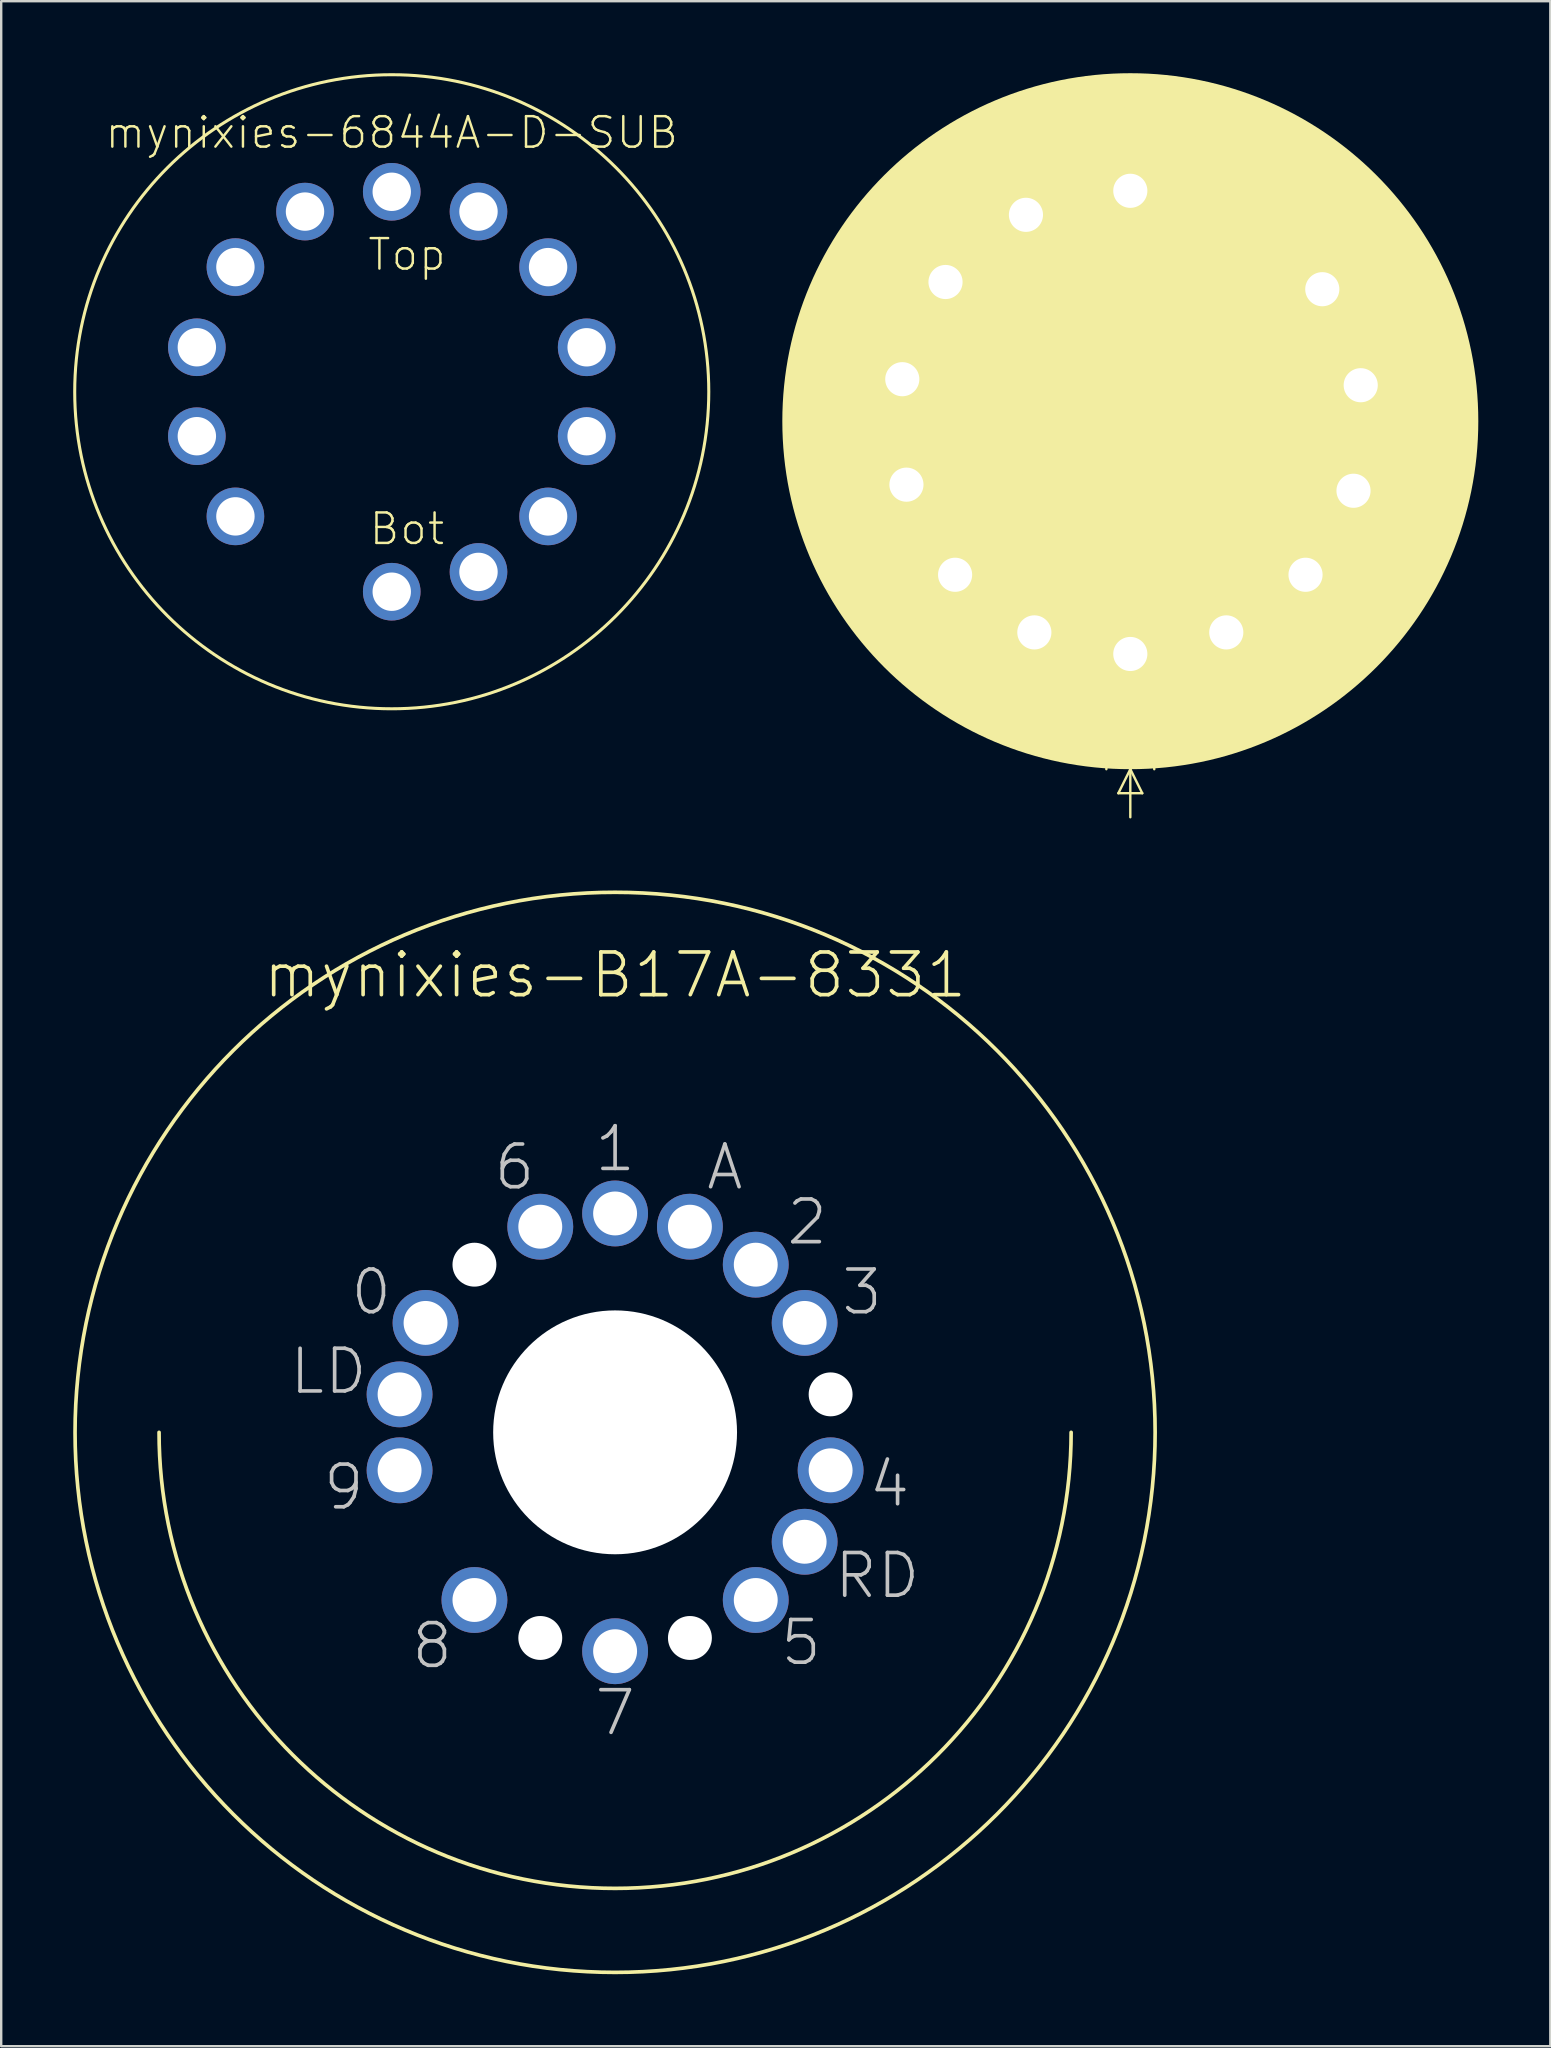
<source format=kicad_pcb>
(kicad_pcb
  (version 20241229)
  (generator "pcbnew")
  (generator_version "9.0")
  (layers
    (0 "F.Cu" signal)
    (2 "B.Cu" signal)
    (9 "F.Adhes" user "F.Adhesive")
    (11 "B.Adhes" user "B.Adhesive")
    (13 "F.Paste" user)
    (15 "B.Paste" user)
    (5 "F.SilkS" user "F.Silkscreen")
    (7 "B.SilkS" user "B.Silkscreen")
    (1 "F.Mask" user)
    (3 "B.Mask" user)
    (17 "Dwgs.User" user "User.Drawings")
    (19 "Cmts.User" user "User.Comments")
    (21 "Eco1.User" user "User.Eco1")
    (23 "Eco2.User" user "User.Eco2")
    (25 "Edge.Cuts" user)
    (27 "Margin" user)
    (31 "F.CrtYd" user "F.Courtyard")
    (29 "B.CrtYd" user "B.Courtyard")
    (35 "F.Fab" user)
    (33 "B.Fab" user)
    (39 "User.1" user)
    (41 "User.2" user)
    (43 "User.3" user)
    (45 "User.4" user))
  (footprint "mynixies-B17A-8331"
    (layer "F.Cu")
    (at 22.576 56.624)
    (property "Reference" "mynixies-B17A-8331" (at 0 -19.05 0) (layer "F.SilkS") (effects (font (size 1.778 1.778) (thickness 0.152))))
    (attr exclude_from_pos_files exclude_from_bom)
    (fp_arc (start 18.9992 0) (mid 0 18.9992) (end -18.9992 0) (stroke (width 0.1524) (type solid)) (layer "F.SilkS"))
    (fp_circle (center 0 0) (end 0 -22.499) (stroke (width 0.152) (type solid)) (fill no) (layer "F.SilkS"))
    (fp_text user "4" (at 11.43 2.159 0) (layer "Dwgs.User") (effects (font (size 1.778 1.778) (thickness 0.152))))
    (fp_text user "3" (at 10.287 -5.842 0) (layer "Dwgs.User") (effects (font (size 1.778 1.778) (thickness 0.152))))
    (fp_text user "0" (at -10.16 -5.842 0) (layer "Dwgs.User") (effects (font (size 1.778 1.778) (thickness 0.152))))
    (fp_text user "LD" (at -11.938 -2.54 0) (layer "Dwgs.User") (effects (font (size 1.778 1.778) (thickness 0.152))))
    (fp_text user "7" (at 0 11.684 0) (layer "Dwgs.User") (effects (font (size 1.778 1.778) (thickness 0.152))))
    (fp_text user "A" (at 4.572 -11.049 0) (layer "Dwgs.User") (effects (font (size 1.778 1.778) (thickness 0.152))))
    (fp_text user "2" (at 8.001 -8.76 0) (layer "Dwgs.User") (effects (font (size 1.778 1.778) (thickness 0.152))))
    (fp_text user "RD" (at 10.922 5.969 0) (layer "Dwgs.User") (effects (font (size 1.778 1.778) (thickness 0.152))))
    (fp_text user "9" (at -11.303 2.286 0) (layer "Dwgs.User") (effects (font (size 1.778 1.778) (thickness 0.152))))
    (fp_text user "5" (at 7.747 8.76 0) (layer "Dwgs.User") (effects (font (size 1.778 1.778) (thickness 0.152))))
    (fp_text user "8" (at -7.62 8.89 0) (layer "Dwgs.User") (effects (font (size 1.778 1.778) (thickness 0.152))))
    (fp_text user "1" (at 0 -11.811 0) (layer "Dwgs.User") (effects (font (size 1.778 1.778) (thickness 0.152))))
    (fp_text user "6" (at -4.191 -11.049 0) (layer "Dwgs.User") (effects (font (size 1.778 1.778) (thickness 0.152))))
    (pad "" np_thru_hole circle (at -5.86 -6.985) (size 1.829 1.829) (drill 1.829) (layers "*.Cu" "*.Mask"))
    (pad "" np_thru_hole circle (at -3.117 8.567) (size 1.829 1.829) (drill 1.829) (layers "*.Cu" "*.Mask"))
    (pad "" np_thru_hole circle (at 0 0) (size 10.16 10.16) (drill 10.16) (layers "*.Cu" "*.Mask"))
    (pad "" np_thru_hole circle (at 3.117 8.567) (size 1.829 1.829) (drill 1.829) (layers "*.Cu" "*.Mask"))
    (pad "" np_thru_hole circle (at 8.979 -1.582) (size 1.829 1.829) (drill 1.829) (layers "*.Cu" "*.Mask"))
    (pad "1" thru_hole circle (at -5.86 6.985) (size 2.743 2.743) (drill 1.829) (layers "*.Cu" "*.Mask"))
    (pad "3" thru_hole circle (at 0 9.119) (size 2.743 2.743) (drill 1.829) (layers "*.Cu" "*.Mask"))
    (pad "5" thru_hole circle (at 5.86 6.985) (size 2.743 2.743) (drill 1.829) (layers "*.Cu" "*.Mask"))
    (pad "6" thru_hole circle (at 7.897 4.559) (size 2.743 2.743) (drill 1.829) (layers "*.Cu" "*.Mask"))
    (pad "7" thru_hole circle (at 8.979 1.582) (size 2.743 2.743) (drill 1.829) (layers "*.Cu" "*.Mask"))
    (pad "9" thru_hole circle (at 7.897 -4.559) (size 2.743 2.743) (drill 1.829) (layers "*.Cu" "*.Mask"))
    (pad "10" thru_hole circle (at 5.86 -6.985) (size 2.743 2.743) (drill 1.829) (layers "*.Cu" "*.Mask"))
    (pad "11" thru_hole circle (at 3.117 -8.567) (size 2.743 2.743) (drill 1.829) (layers "*.Cu" "*.Mask"))
    (pad "12" thru_hole circle (at 0 -9.119) (size 2.743 2.743) (drill 1.829) (layers "*.Cu" "*.Mask"))
    (pad "13" thru_hole circle (at -3.117 -8.567) (size 2.743 2.743) (drill 1.829) (layers "*.Cu" "*.Mask"))
    (pad "15" thru_hole circle (at -7.897 -4.559) (size 2.743 2.743) (drill 1.829) (layers "*.Cu" "*.Mask"))
    (pad "16" thru_hole circle (at -8.979 -1.582) (size 2.743 2.743) (drill 1.829) (layers "*.Cu" "*.Mask"))
    (pad "17" thru_hole circle (at -8.979 1.582) (size 2.743 2.743) (drill 1.829) (layers "*.Cu" "*.Mask")))
  (footprint "mynixies-B13B"
    (layer "F.Cu")
    (at 44.041 14.498)
    (property "Reference" "mynixies-B13B" (at 0 -0.889 0) (layer "F.SilkS") (effects (font (size 1.27 1.27) (thickness 0.102))))
    (attr exclude_from_pos_files exclude_from_bom)
    (fp_line (start -0.498 15.499) (end 0.498 15.499) (stroke (width 0.1) (type solid)) (layer "F.SilkS"))
    (fp_line (start 0 14.498) (end -0.498 15.499) (stroke (width 0.1) (type solid)) (layer "F.SilkS"))
    (fp_line (start 0 14.498) (end 0 16.5) (stroke (width 0.1) (type solid)) (layer "F.SilkS"))
    (fp_line (start 0.498 15.499) (end 0 14.498) (stroke (width 0.1) (type solid)) (layer "F.SilkS"))
    (fp_arc (start -0.99822 14.49832) (mid 0 13.5001) (end 0.99822 14.49832) (stroke (width 0.1) (type solid)) (layer "F.SilkS"))
    (fp_circle (center -9.5 -1.699) (end -9.5 -3.261) (stroke (width 0) (type solid)) (fill yes) (layer "F.SilkS"))
    (fp_circle (center -9.327 2.644) (end -9.327 1.085) (stroke (width 0) (type solid)) (fill yes) (layer "F.SilkS"))
    (fp_circle (center -7.699 -5.799) (end -7.699 -7.361) (stroke (width 0) (type solid)) (fill yes) (layer "F.SilkS"))
    (fp_circle (center -7.3 6.398) (end -7.3 4.839) (stroke (width 0) (type solid)) (fill yes) (layer "F.SilkS"))
    (fp_circle (center -4.399 -8.598) (end -4.399 -10.16) (stroke (width 0) (type solid)) (fill yes) (layer "F.SilkS"))
    (fp_circle (center -3.998 8.799) (end -3.998 7.236) (stroke (width 0) (type solid)) (fill yes) (layer "F.SilkS"))
    (fp_circle (center 0 -9.599) (end 0 -11.161) (stroke (width 0) (type solid)) (fill yes) (layer "F.SilkS"))
    (fp_circle (center 0 0) (end 0 -14.498) (stroke (width 0) (type solid)) (fill yes) (layer "F.SilkS"))
    (fp_circle (center 0 0) (end 0 -13.086) (stroke (width 0) (type solid)) (fill yes) (layer "F.SilkS"))
    (fp_circle (center 0 0) (end 0 -12.164) (stroke (width 0) (type solid)) (fill yes) (layer "F.SilkS"))
    (fp_circle (center 0 0) (end 0 -4.999) (stroke (width 0) (type solid)) (fill yes) (layer "F.SilkS"))
    (fp_circle (center 0 9.698) (end 0 8.136) (stroke (width 0) (type solid)) (fill yes) (layer "F.SilkS"))
    (fp_circle (center 3.998 8.799) (end 3.998 7.236) (stroke (width 0) (type solid)) (fill yes) (layer "F.SilkS"))
    (fp_circle (center 7.3 6.398) (end 7.3 4.836) (stroke (width 0) (type solid)) (fill yes) (layer "F.SilkS"))
    (fp_circle (center 7.998 -5.499) (end 7.998 -7.061) (stroke (width 0) (type solid)) (fill yes) (layer "F.SilkS"))
    (fp_circle (center 9.299 2.898) (end 9.299 1.336) (stroke (width 0) (type solid)) (fill yes) (layer "F.SilkS"))
    (fp_circle (center 9.599 -1.499) (end 9.599 -3.061) (stroke (width 0) (type solid)) (fill yes) (layer "F.SilkS"))
    (fp_text user "5" (at 5.634 4.613 0) (layer "F.SilkS") (effects (font (size 1.27 1.27) (thickness 0.102))))
    (fp_text user "3" (at 7.384 -1.133 0) (layer "F.SilkS") (effects (font (size 1.27 1.27) (thickness 0.102))))
    (fp_text user "6" (at 3.134 6.363 0) (layer "F.SilkS") (effects (font (size 1.27 1.27) (thickness 0.102))))
    (fp_text user "8" (at -5.364 4.364 0) (layer "F.SilkS") (effects (font (size 1.27 1.27) (thickness 0.102))))
    (fp_text user "A" (at 0.135 -7.135 0) (layer "F.SilkS") (effects (font (size 1.27 1.27) (thickness 0.102))))
    (fp_text user "0" (at -6.863 -1.384 0) (layer "F.SilkS") (effects (font (size 1.27 1.27) (thickness 0.102))))
    (fp_text user "1" (at -5.364 -4.384 0) (layer "F.SilkS") (effects (font (size 1.27 1.27) (thickness 0.102))))
    (fp_text user "7" (at -2.863 6.363 0) (layer "F.SilkS") (effects (font (size 1.27 1.27) (thickness 0.102))))
    (fp_text user "A" (at -3.114 -6.383 0) (layer "F.SilkS") (effects (font (size 1.27 1.27) (thickness 0.102))))
    (fp_text user "4" (at 7.135 1.864 0) (layer "F.SilkS") (effects (font (size 1.27 1.27) (thickness 0.102))))
    (fp_text user "IV" (at 0.518 7.115 0) (layer "F.SilkS") (effects (font (size 1.27 1.27) (thickness 0.102))))
    (fp_text user "9" (at -6.863 1.864 0) (layer "F.SilkS") (effects (font (size 1.27 1.27) (thickness 0.102))))
    (fp_text user "2" (at 6.134 -4.133 0) (layer "F.SilkS") (effects (font (size 1.27 1.27) (thickness 0.102))))
    (pad "0" thru_hole circle (at -9.5 -1.75) (size 2.54 2.54) (drill 1.422) (layers "*.Cu" "*.Mask"))
    (pad "1" thru_hole circle (at -7.699 -5.799) (size 2.54 2.54) (drill 1.422) (layers "*.Cu" "*.Mask"))
    (pad "2" thru_hole circle (at 7.998 -5.499) (size 2.54 2.54) (drill 1.422) (layers "*.Cu" "*.Mask"))
    (pad "3" thru_hole circle (at 9.599 -1.499) (size 2.54 2.54) (drill 1.422) (layers "*.Cu" "*.Mask"))
    (pad "4" thru_hole circle (at 9.299 2.898) (size 2.54 2.54) (drill 1.422) (layers "*.Cu" "*.Mask"))
    (pad "5" thru_hole circle (at 7.3 6.398) (size 2.54 2.54) (drill 1.422) (layers "*.Cu" "*.Mask"))
    (pad "6" thru_hole circle (at 3.998 8.799) (size 2.54 2.54) (drill 1.422) (layers "*.Cu" "*.Mask"))
    (pad "7" thru_hole circle (at -3.998 8.799) (size 2.54 2.54) (drill 1.422) (layers "*.Cu" "*.Mask"))
    (pad "8" thru_hole circle (at -7.3 6.398) (size 2.54 2.54) (drill 1.422) (layers "*.Cu" "*.Mask"))
    (pad "9" thru_hole circle (at -9.327 2.644) (size 2.54 2.54) (drill 1.422) (layers "*.Cu" "*.Mask"))
    (pad "A" thru_hole circle (at 0 -9.599) (size 2.54 2.54) (drill 1.422) (layers "*.Cu" "*.Mask"))
    (pad "A1" thru_hole circle (at -4.348 -8.598) (size 2.54 2.54) (drill 1.422) (layers "*.Cu" "*.Mask"))
    (pad "IV" thru_hole circle (at 0 9.698) (size 2.54 2.54) (drill 1.422) (layers "*.Cu" "*.Mask")))
  (footprint "mynixies-6844A-D-SUB"
    (layer "F.Cu")
    (at 13.271 13.271)
    (property "Reference" "mynixies-6844A-D-SUB" (at 0 -10.795 0) (layer "F.SilkS") (effects (font (size 1.27 1.27) (thickness 0.102))))
    (attr exclude_from_pos_files exclude_from_bom)
    (fp_circle (center 0 0) (end 0 -13.208) (stroke (width 0.127) (type solid)) (fill no) (layer "F.SilkS"))
    (fp_text user "Top" (at 0.635 -5.715 0) (layer "F.SilkS") (effects (font (size 1.27 1.27) (thickness 0.102))))
    (fp_text user "Bot" (at 0.635 5.715 0) (layer "F.SilkS") (effects (font (size 1.27 1.27) (thickness 0.102))))
    (pad "0" thru_hole circle (at 6.513 5.194) (size 2.4 2.4) (drill 1.6) (layers "*.Cu" "*.Mask"))
    (pad "1" thru_hole circle (at -6.513 5.192) (size 2.4 2.4) (drill 1.6) (layers "*.Cu" "*.Mask"))
    (pad "2" thru_hole circle (at -8.12 1.852) (size 2.4 2.4) (drill 1.6) (layers "*.Cu" "*.Mask"))
    (pad "3" thru_hole circle (at -8.12 -1.854) (size 2.4 2.4) (drill 1.6) (layers "*.Cu" "*.Mask"))
    (pad "4" thru_hole circle (at -6.513 -5.194) (size 2.4 2.4) (drill 1.6) (layers "*.Cu" "*.Mask"))
    (pad "5" thru_hole circle (at -3.614 -7.506) (size 2.4 2.4) (drill 1.6) (layers "*.Cu" "*.Mask"))
    (pad "6" thru_hole circle (at 3.614 -7.506) (size 2.4 2.4) (drill 1.6) (layers "*.Cu" "*.Mask"))
    (pad "7" thru_hole circle (at 6.513 -5.192) (size 2.4 2.4) (drill 1.6) (layers "*.Cu" "*.Mask"))
    (pad "8" thru_hole circle (at 8.12 -1.852) (size 2.4 2.4) (drill 1.6) (layers "*.Cu" "*.Mask"))
    (pad "9" thru_hole circle (at 8.12 1.852) (size 2.4 2.4) (drill 1.6) (layers "*.Cu" "*.Mask"))
    (pad "A" thru_hole circle (at 3.614 7.506) (size 2.4 2.4) (drill 1.6) (layers "*.Cu" "*.Mask"))
    (pad "DP" thru_hole circle (at 0 -8.331) (size 2.4 2.4) (drill 1.6) (layers "*.Cu" "*.Mask"))
    (pad "N/C" thru_hole circle (at 0 8.331) (size 2.4 2.4) (drill 1.6) (layers "*.Cu" "*.Mask")))
  (gr_rect
    (start -3 -3)
    (end 61.54 82.199)
    (stroke (width 0.1) (type default))
    (fill no)
    (layer "Edge.Cuts")))
</source>
